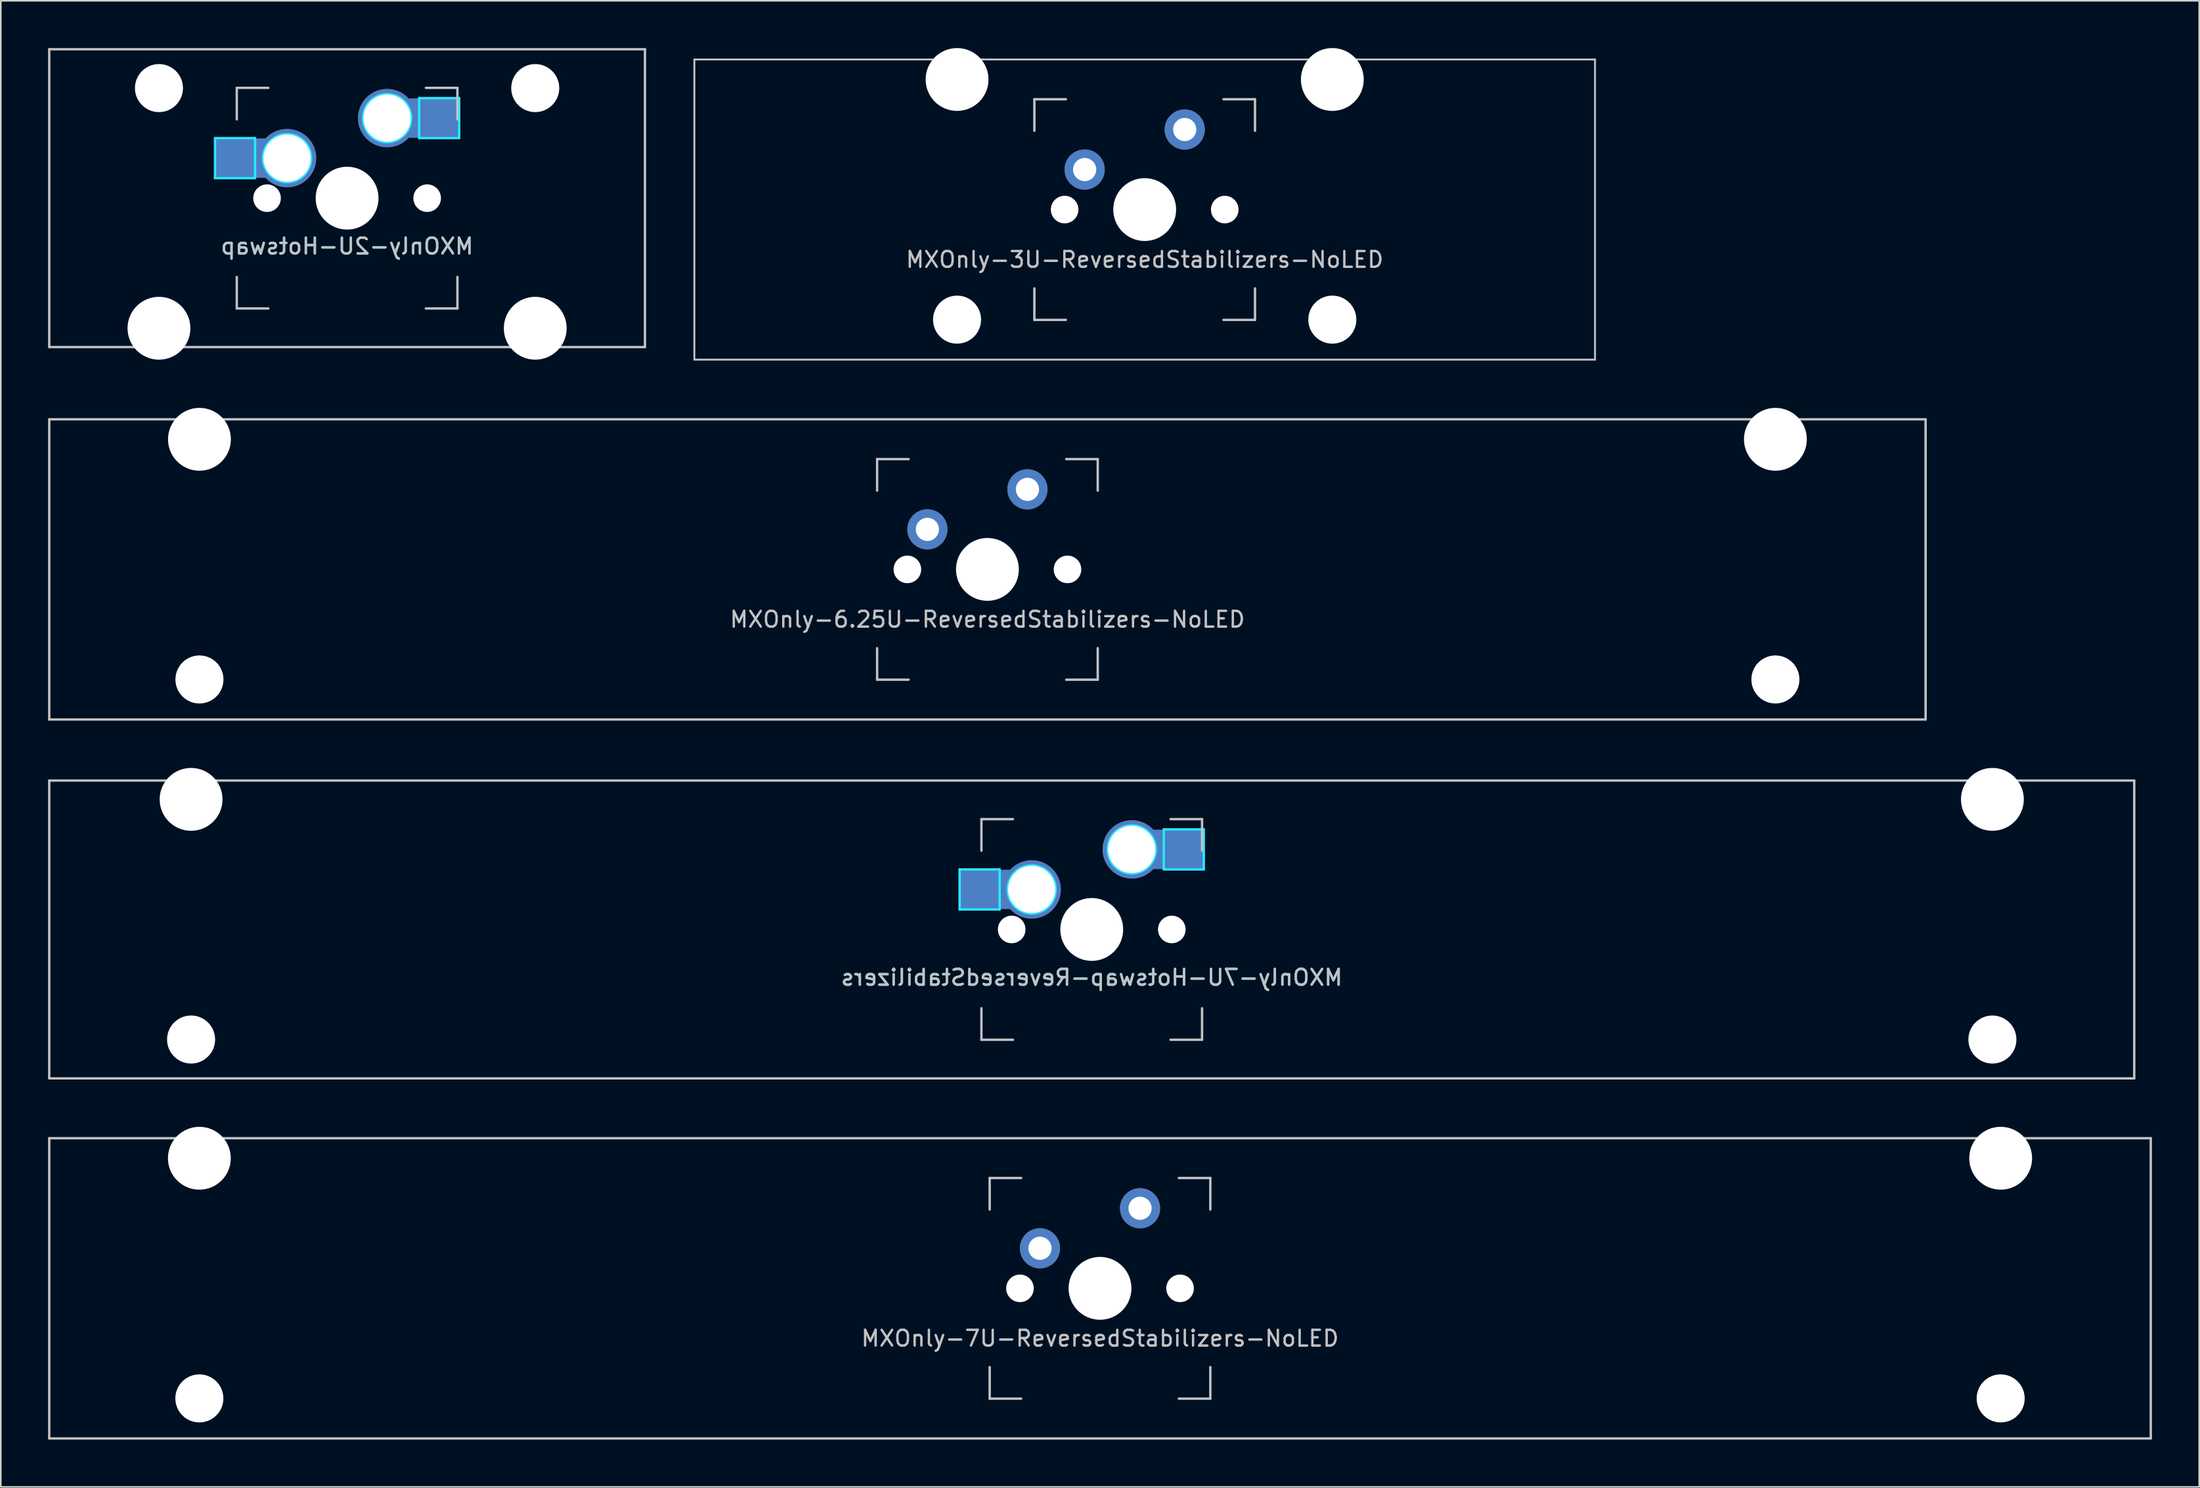
<source format=kicad_pcb>
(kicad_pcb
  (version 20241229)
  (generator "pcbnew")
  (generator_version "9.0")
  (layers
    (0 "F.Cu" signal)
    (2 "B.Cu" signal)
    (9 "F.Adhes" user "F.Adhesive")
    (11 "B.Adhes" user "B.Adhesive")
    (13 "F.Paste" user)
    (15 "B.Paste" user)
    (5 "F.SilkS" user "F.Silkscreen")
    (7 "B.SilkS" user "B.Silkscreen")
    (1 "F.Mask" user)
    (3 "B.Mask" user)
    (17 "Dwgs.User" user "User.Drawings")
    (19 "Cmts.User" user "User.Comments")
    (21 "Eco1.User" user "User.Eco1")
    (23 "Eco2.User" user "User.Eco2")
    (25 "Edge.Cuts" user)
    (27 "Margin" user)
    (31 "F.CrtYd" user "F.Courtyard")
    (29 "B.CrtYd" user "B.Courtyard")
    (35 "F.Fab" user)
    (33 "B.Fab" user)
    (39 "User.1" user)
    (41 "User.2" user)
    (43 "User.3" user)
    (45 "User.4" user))
  (footprint "MXOnly-7U-ReversedStabilizers-NoLED"
    (layer "F.Cu")
    (at 66.75 78.706)
    (property "Reference" "MXOnly-7U-ReversedStabilizers-NoLED" (at 0 3.175 0) (layer "Dwgs.User") (effects (font (size 1 1) (thickness 0.15))))
    (attr through_hole)
    (fp_line (start -66.675 -9.525) (end 66.675 -9.525) (stroke (width 0.15) (type solid)) (layer "Dwgs.User"))
    (fp_line (start -66.675 9.525) (end -66.675 -9.525) (stroke (width 0.15) (type solid)) (layer "Dwgs.User"))
    (fp_line (start -66.675 9.525) (end 66.675 9.525) (stroke (width 0.15) (type solid)) (layer "Dwgs.User"))
    (fp_line (start -7 -7) (end -7 -5) (stroke (width 0.15) (type solid)) (layer "Dwgs.User"))
    (fp_line (start -7 5) (end -7 7) (stroke (width 0.15) (type solid)) (layer "Dwgs.User"))
    (fp_line (start -7 7) (end -5 7) (stroke (width 0.15) (type solid)) (layer "Dwgs.User"))
    (fp_line (start -5 -7) (end -7 -7) (stroke (width 0.15) (type solid)) (layer "Dwgs.User"))
    (fp_line (start 5 -7) (end 7 -7) (stroke (width 0.15) (type solid)) (layer "Dwgs.User"))
    (fp_line (start 5 7) (end 7 7) (stroke (width 0.15) (type solid)) (layer "Dwgs.User"))
    (fp_line (start 7 -7) (end 7 -5) (stroke (width 0.15) (type solid)) (layer "Dwgs.User"))
    (fp_line (start 7 7) (end 7 5) (stroke (width 0.15) (type solid)) (layer "Dwgs.User"))
    (fp_line (start 66.675 -9.525) (end 66.675 9.525) (stroke (width 0.15) (type solid)) (layer "Dwgs.User"))
    (pad "" np_thru_hole circle (at -57.15 -8.255) (size 3.988 3.988) (drill 3.988) (layers "*.Cu" "*.Mask"))
    (pad "" np_thru_hole circle (at -57.15 6.985) (size 3.048 3.048) (drill 3.048) (layers "*.Cu" "*.Mask"))
    (pad "" np_thru_hole circle (at -5.08 0 48.1) (size 1.75 1.75) (drill 1.75) (layers "*.Cu" "*.Mask"))
    (pad "" np_thru_hole circle (at 0 0) (size 3.988 3.988) (drill 3.988) (layers "*.Cu" "*.Mask"))
    (pad "" np_thru_hole circle (at 5.08 0 48.1) (size 1.75 1.75) (drill 1.75) (layers "*.Cu" "*.Mask"))
    (pad "" np_thru_hole circle (at 57.15 -8.255) (size 3.988 3.988) (drill 3.988) (layers "*.Cu" "*.Mask"))
    (pad "" np_thru_hole circle (at 57.15 6.985) (size 3.048 3.048) (drill 3.048) (layers "*.Cu" "*.Mask"))
    (pad "1" thru_hole circle (at -3.81 -2.54) (size 2.55 2.55) (drill 1.47) (layers "*.Cu" "B.Mask"))
    (pad "2" thru_hole circle (at 2.54 -5.08) (size 2.55 2.55) (drill 1.47) (layers "*.Cu" "B.Mask")))
  (footprint "MXOnly-3U-ReversedStabilizers-NoLED"
    (layer "F.Cu")
    (at 69.585 10.249)
    (property "Reference" "MXOnly-3U-ReversedStabilizers-NoLED" (at 0 3.175 0) (layer "Dwgs.User") (effects (font (size 1 1) (thickness 0.15))))
    (attr through_hole)
    (fp_line (start -28.575 -9.525) (end 28.575 -9.525) (stroke (width 0.12) (type solid)) (layer "Dwgs.User"))
    (fp_line (start -28.575 9.525) (end -28.575 -9.525) (stroke (width 0.12) (type solid)) (layer "Dwgs.User"))
    (fp_line (start -7 -7) (end -7 -5) (stroke (width 0.15) (type solid)) (layer "Dwgs.User"))
    (fp_line (start -7 5) (end -7 7) (stroke (width 0.15) (type solid)) (layer "Dwgs.User"))
    (fp_line (start -7 7) (end -5 7) (stroke (width 0.15) (type solid)) (layer "Dwgs.User"))
    (fp_line (start -5 -7) (end -7 -7) (stroke (width 0.15) (type solid)) (layer "Dwgs.User"))
    (fp_line (start 5 -7) (end 7 -7) (stroke (width 0.15) (type solid)) (layer "Dwgs.User"))
    (fp_line (start 5 7) (end 7 7) (stroke (width 0.15) (type solid)) (layer "Dwgs.User"))
    (fp_line (start 7 -7) (end 7 -5) (stroke (width 0.15) (type solid)) (layer "Dwgs.User"))
    (fp_line (start 7 7) (end 7 5) (stroke (width 0.15) (type solid)) (layer "Dwgs.User"))
    (fp_line (start 28.575 -9.525) (end 28.575 9.525) (stroke (width 0.12) (type solid)) (layer "Dwgs.User"))
    (fp_line (start 28.575 9.525) (end -28.575 9.525) (stroke (width 0.12) (type solid)) (layer "Dwgs.User"))
    (pad "" np_thru_hole circle (at -11.906 -8.255) (size 3.988 3.988) (drill 3.988) (layers "*.Cu" "*.Mask"))
    (pad "" np_thru_hole circle (at -11.906 6.985) (size 3.048 3.048) (drill 3.048) (layers "*.Cu" "*.Mask"))
    (pad "" np_thru_hole circle (at -5.08 0 48.1) (size 1.75 1.75) (drill 1.75) (layers "*.Cu" "*.Mask"))
    (pad "" np_thru_hole circle (at 0 0) (size 3.988 3.988) (drill 3.988) (layers "*.Cu" "*.Mask"))
    (pad "" np_thru_hole circle (at 5.08 0 48.1) (size 1.75 1.75) (drill 1.75) (layers "*.Cu" "*.Mask"))
    (pad "" np_thru_hole circle (at 11.906 -8.255) (size 3.988 3.988) (drill 3.988) (layers "*.Cu" "*.Mask"))
    (pad "" np_thru_hole circle (at 11.906 6.985) (size 3.048 3.048) (drill 3.048) (layers "*.Cu" "*.Mask"))
    (pad "1" thru_hole circle (at -3.81 -2.54) (size 2.55 2.55) (drill 1.47) (layers "*.Cu" "B.Mask"))
    (pad "2" thru_hole circle (at 2.54 -5.08) (size 2.55 2.55) (drill 1.47) (layers "*.Cu" "B.Mask")))
  (footprint "MXOnly-2U-Hotswap"
    (layer "F.Cu")
    (at 18.975 9.525)
    (property "Reference" "MXOnly-2U-Hotswap" (at 0 3.048 0) (layer "B.CrtYd") (effects (font (size 1 1) (thickness 0.15)) (justify mirror)))
    (attr smd)
    (fp_line (start -18.9 -9.45) (end 18.9 -9.45) (stroke (width 0.15) (type solid)) (layer "Dwgs.User"))
    (fp_line (start -18.9 9.45) (end -18.9 -9.45) (stroke (width 0.15) (type solid)) (layer "Dwgs.User"))
    (fp_line (start -7 -7) (end -7 -5) (stroke (width 0.15) (type solid)) (layer "Dwgs.User"))
    (fp_line (start -7 5) (end -7 7) (stroke (width 0.15) (type solid)) (layer "Dwgs.User"))
    (fp_line (start -7 7) (end -5 7) (stroke (width 0.15) (type solid)) (layer "Dwgs.User"))
    (fp_line (start -5 -7) (end -7 -7) (stroke (width 0.15) (type solid)) (layer "Dwgs.User"))
    (fp_line (start 5 -7) (end 7 -7) (stroke (width 0.15) (type solid)) (layer "Dwgs.User"))
    (fp_line (start 5 7) (end 7 7) (stroke (width 0.15) (type solid)) (layer "Dwgs.User"))
    (fp_line (start 7 -7) (end 7 -5) (stroke (width 0.15) (type solid)) (layer "Dwgs.User"))
    (fp_line (start 7 7) (end 7 5) (stroke (width 0.15) (type solid)) (layer "Dwgs.User"))
    (fp_line (start 18.9 -9.45) (end 18.9 9.45) (stroke (width 0.15) (type solid)) (layer "Dwgs.User"))
    (fp_line (start 18.9 9.45) (end -18.9 9.45) (stroke (width 0.15) (type solid)) (layer "Dwgs.User"))
    (fp_line (start -8.382 -3.81) (end -5.842 -3.81) (stroke (width 0.15) (type solid)) (layer "B.CrtYd"))
    (fp_line (start -8.382 -1.27) (end -8.382 -3.81) (stroke (width 0.15) (type solid)) (layer "B.CrtYd"))
    (fp_line (start -5.842 -3.81) (end -5.842 -1.27) (stroke (width 0.15) (type solid)) (layer "B.CrtYd"))
    (fp_line (start -5.842 -1.27) (end -8.382 -1.27) (stroke (width 0.15) (type solid)) (layer "B.CrtYd"))
    (fp_line (start 4.572 -6.35) (end 7.112 -6.35) (stroke (width 0.15) (type solid)) (layer "B.CrtYd"))
    (fp_line (start 4.572 -3.81) (end 4.572 -6.35) (stroke (width 0.15) (type solid)) (layer "B.CrtYd"))
    (fp_line (start 7.112 -6.35) (end 7.112 -3.81) (stroke (width 0.15) (type solid)) (layer "B.CrtYd"))
    (fp_line (start 7.112 -3.81) (end 4.572 -3.81) (stroke (width 0.15) (type solid)) (layer "B.CrtYd"))
    (fp_circle (center -3.81 -2.54) (end -3.81 -4.064) (stroke (width 0.15) (type solid)) (fill no) (layer "B.CrtYd"))
    (fp_circle (center 2.54 -5.08) (end 2.54 -6.604) (stroke (width 0.15) (type solid)) (fill no) (layer "B.CrtYd"))
    (fp_text user "${REFERENCE}" (at 0 3.048 0) (layer "Dwgs.User") (effects (font (size 1 1) (thickness 0.15)) (justify mirror)))
    (pad "" np_thru_hole circle (at -11.938 -6.985) (size 3.048 3.048) (drill 3.048) (layers "*.Cu" "*.Mask"))
    (pad "" np_thru_hole circle (at -11.938 8.255) (size 3.988 3.988) (drill 3.988) (layers "*.Cu" "*.Mask"))
    (pad "" np_thru_hole circle (at -5.08 0 48.1) (size 1.75 1.75) (drill 1.75) (layers "*.Cu" "*.Mask"))
    (pad "" np_thru_hole circle (at 0 0) (size 3.988 3.988) (drill 3.988) (layers "*.Cu" "*.Mask"))
    (pad "" np_thru_hole circle (at 5.08 0 48.1) (size 1.75 1.75) (drill 1.75) (layers "*.Cu" "*.Mask"))
    (pad "" np_thru_hole circle (at 11.938 -6.985) (size 3.048 3.048) (drill 3.048) (layers "*.Cu" "*.Mask"))
    (pad "" np_thru_hole circle (at 11.938 8.255) (size 3.988 3.988) (drill 3.988) (layers "*.Cu" "*.Mask"))
    (pad "1" smd rect (at -6.085 -2.54) (size 4.55 2.5) (layers "B.Cu" "B.Mask" "B.Paste"))
    (pad "1" thru_hole circle (at -3.81 -2.54) (size 3.7 3.7) (drill 3) (layers "*.Cu" "*.Mask"))
    (pad "2" thru_hole circle (at 2.54 -5.08) (size 3.7 3.7) (drill 3) (layers "*.Cu" "*.Mask"))
    (pad "2" smd rect (at 4.342 -5.08) (size 5.55 2.5) (layers "B.Cu" "B.Mask" "B.Paste")))
  (footprint "MXOnly-7U-Hotswap-ReversedStabilizers"
    (layer "F.Cu")
    (at 66.225 55.932)
    (property "Reference" "MXOnly-7U-Hotswap-ReversedStabilizers" (at 0 3.048 0) (layer "B.CrtYd") (effects (font (size 1 1) (thickness 0.15)) (justify mirror)))
    (attr smd)
    (fp_line (start -66.15 -9.45) (end 66.15 -9.45) (stroke (width 0.15) (type solid)) (layer "Dwgs.User"))
    (fp_line (start -66.15 9.45) (end -66.15 -9.45) (stroke (width 0.15) (type solid)) (layer "Dwgs.User"))
    (fp_line (start -7 -7) (end -7 -5) (stroke (width 0.15) (type solid)) (layer "Dwgs.User"))
    (fp_line (start -7 5) (end -7 7) (stroke (width 0.15) (type solid)) (layer "Dwgs.User"))
    (fp_line (start -7 7) (end -5 7) (stroke (width 0.15) (type solid)) (layer "Dwgs.User"))
    (fp_line (start -5 -7) (end -7 -7) (stroke (width 0.15) (type solid)) (layer "Dwgs.User"))
    (fp_line (start 5 -7) (end 7 -7) (stroke (width 0.15) (type solid)) (layer "Dwgs.User"))
    (fp_line (start 5 7) (end 7 7) (stroke (width 0.15) (type solid)) (layer "Dwgs.User"))
    (fp_line (start 7 -7) (end 7 -5) (stroke (width 0.15) (type solid)) (layer "Dwgs.User"))
    (fp_line (start 7 7) (end 7 5) (stroke (width 0.15) (type solid)) (layer "Dwgs.User"))
    (fp_line (start 66.15 -9.45) (end 66.15 9.45) (stroke (width 0.15) (type solid)) (layer "Dwgs.User"))
    (fp_line (start 66.15 9.45) (end -66.15 9.45) (stroke (width 0.15) (type solid)) (layer "Dwgs.User"))
    (fp_line (start -8.382 -3.81) (end -5.842 -3.81) (stroke (width 0.15) (type solid)) (layer "B.CrtYd"))
    (fp_line (start -8.382 -1.27) (end -8.382 -3.81) (stroke (width 0.15) (type solid)) (layer "B.CrtYd"))
    (fp_line (start -5.842 -3.81) (end -5.842 -1.27) (stroke (width 0.15) (type solid)) (layer "B.CrtYd"))
    (fp_line (start -5.842 -1.27) (end -8.382 -1.27) (stroke (width 0.15) (type solid)) (layer "B.CrtYd"))
    (fp_line (start 4.572 -6.35) (end 7.112 -6.35) (stroke (width 0.15) (type solid)) (layer "B.CrtYd"))
    (fp_line (start 4.572 -3.81) (end 4.572 -6.35) (stroke (width 0.15) (type solid)) (layer "B.CrtYd"))
    (fp_line (start 7.112 -6.35) (end 7.112 -3.81) (stroke (width 0.15) (type solid)) (layer "B.CrtYd"))
    (fp_line (start 7.112 -3.81) (end 4.572 -3.81) (stroke (width 0.15) (type solid)) (layer "B.CrtYd"))
    (fp_circle (center -3.81 -2.54) (end -3.81 -4.064) (stroke (width 0.15) (type solid)) (fill no) (layer "B.CrtYd"))
    (fp_circle (center 2.54 -5.08) (end 2.54 -6.604) (stroke (width 0.15) (type solid)) (fill no) (layer "B.CrtYd"))
    (fp_text user "${REFERENCE}" (at 0 3.048 0) (layer "Dwgs.User") (effects (font (size 1 1) (thickness 0.15)) (justify mirror)))
    (pad "" np_thru_hole circle (at -57.15 -8.255) (size 3.988 3.988) (drill 3.988) (layers "*.Cu" "*.Mask"))
    (pad "" np_thru_hole circle (at -57.15 6.985) (size 3.048 3.048) (drill 3.048) (layers "*.Cu" "*.Mask"))
    (pad "" np_thru_hole circle (at -5.08 0 48.1) (size 1.75 1.75) (drill 1.75) (layers "*.Cu" "*.Mask"))
    (pad "" np_thru_hole circle (at 0 0) (size 3.988 3.988) (drill 3.988) (layers "*.Cu" "*.Mask"))
    (pad "" np_thru_hole circle (at 5.08 0 48.1) (size 1.75 1.75) (drill 1.75) (layers "*.Cu" "*.Mask"))
    (pad "" np_thru_hole circle (at 57.15 -8.255) (size 3.988 3.988) (drill 3.988) (layers "*.Cu" "*.Mask"))
    (pad "" np_thru_hole circle (at 57.15 6.985) (size 3.048 3.048) (drill 3.048) (layers "*.Cu" "*.Mask"))
    (pad "1" smd rect (at -6.085 -2.54) (size 4.55 2.5) (layers "B.Cu" "B.Mask" "B.Paste"))
    (pad "1" thru_hole circle (at -3.81 -2.54) (size 3.7 3.7) (drill 3) (layers "*.Cu" "*.Mask"))
    (pad "2" thru_hole circle (at 2.54 -5.08) (size 3.7 3.7) (drill 3) (layers "*.Cu" "*.Mask"))
    (pad "2" smd rect (at 4.342 -5.08) (size 5.55 2.5) (layers "B.Cu" "B.Mask" "B.Paste")))
  (footprint "MXOnly-6.25U-ReversedStabilizers-NoLED"
    (layer "F.Cu")
    (at 59.606 33.083)
    (property "Reference" "MXOnly-6.25U-ReversedStabilizers-NoLED" (at 0 3.175 0) (layer "Dwgs.User") (effects (font (size 1 1) (thickness 0.15))))
    (attr through_hole)
    (fp_line (start -59.531 -9.525) (end 59.531 -9.525) (stroke (width 0.15) (type solid)) (layer "Dwgs.User"))
    (fp_line (start -59.531 9.525) (end -59.531 -9.525) (stroke (width 0.15) (type solid)) (layer "Dwgs.User"))
    (fp_line (start -59.531 9.525) (end 59.531 9.525) (stroke (width 0.15) (type solid)) (layer "Dwgs.User"))
    (fp_line (start -7 -7) (end -7 -5) (stroke (width 0.15) (type solid)) (layer "Dwgs.User"))
    (fp_line (start -7 5) (end -7 7) (stroke (width 0.15) (type solid)) (layer "Dwgs.User"))
    (fp_line (start -7 7) (end -5 7) (stroke (width 0.15) (type solid)) (layer "Dwgs.User"))
    (fp_line (start -5 -7) (end -7 -7) (stroke (width 0.15) (type solid)) (layer "Dwgs.User"))
    (fp_line (start 5 -7) (end 7 -7) (stroke (width 0.15) (type solid)) (layer "Dwgs.User"))
    (fp_line (start 5 7) (end 7 7) (stroke (width 0.15) (type solid)) (layer "Dwgs.User"))
    (fp_line (start 7 -7) (end 7 -5) (stroke (width 0.15) (type solid)) (layer "Dwgs.User"))
    (fp_line (start 7 7) (end 7 5) (stroke (width 0.15) (type solid)) (layer "Dwgs.User"))
    (fp_line (start 59.531 -9.525) (end 59.531 9.525) (stroke (width 0.15) (type solid)) (layer "Dwgs.User"))
    (pad "" np_thru_hole circle (at -50 -8.255) (size 3.988 3.988) (drill 3.988) (layers "*.Cu" "*.Mask"))
    (pad "" np_thru_hole circle (at -50 6.985) (size 3.048 3.048) (drill 3.048) (layers "*.Cu" "*.Mask"))
    (pad "" np_thru_hole circle (at -5.08 0 48.1) (size 1.75 1.75) (drill 1.75) (layers "*.Cu" "*.Mask"))
    (pad "" np_thru_hole circle (at 0 0) (size 3.988 3.988) (drill 3.988) (layers "*.Cu" "*.Mask"))
    (pad "" np_thru_hole circle (at 5.08 0 48.1) (size 1.75 1.75) (drill 1.75) (layers "*.Cu" "*.Mask"))
    (pad "" np_thru_hole circle (at 50 -8.255) (size 3.988 3.988) (drill 3.988) (layers "*.Cu" "*.Mask"))
    (pad "" np_thru_hole circle (at 50 6.985) (size 3.048 3.048) (drill 3.048) (layers "*.Cu" "*.Mask"))
    (pad "1" thru_hole circle (at -3.81 -2.54) (size 2.55 2.55) (drill 1.47) (layers "*.Cu" "B.Mask"))
    (pad "2" thru_hole circle (at 2.54 -5.08) (size 2.55 2.55) (drill 1.47) (layers "*.Cu" "B.Mask")))
  (gr_rect
    (start -3 -3)
    (end 136.5 91.306)
    (stroke (width 0.1) (type default))
    (fill no)
    (layer "Edge.Cuts")))
</source>
